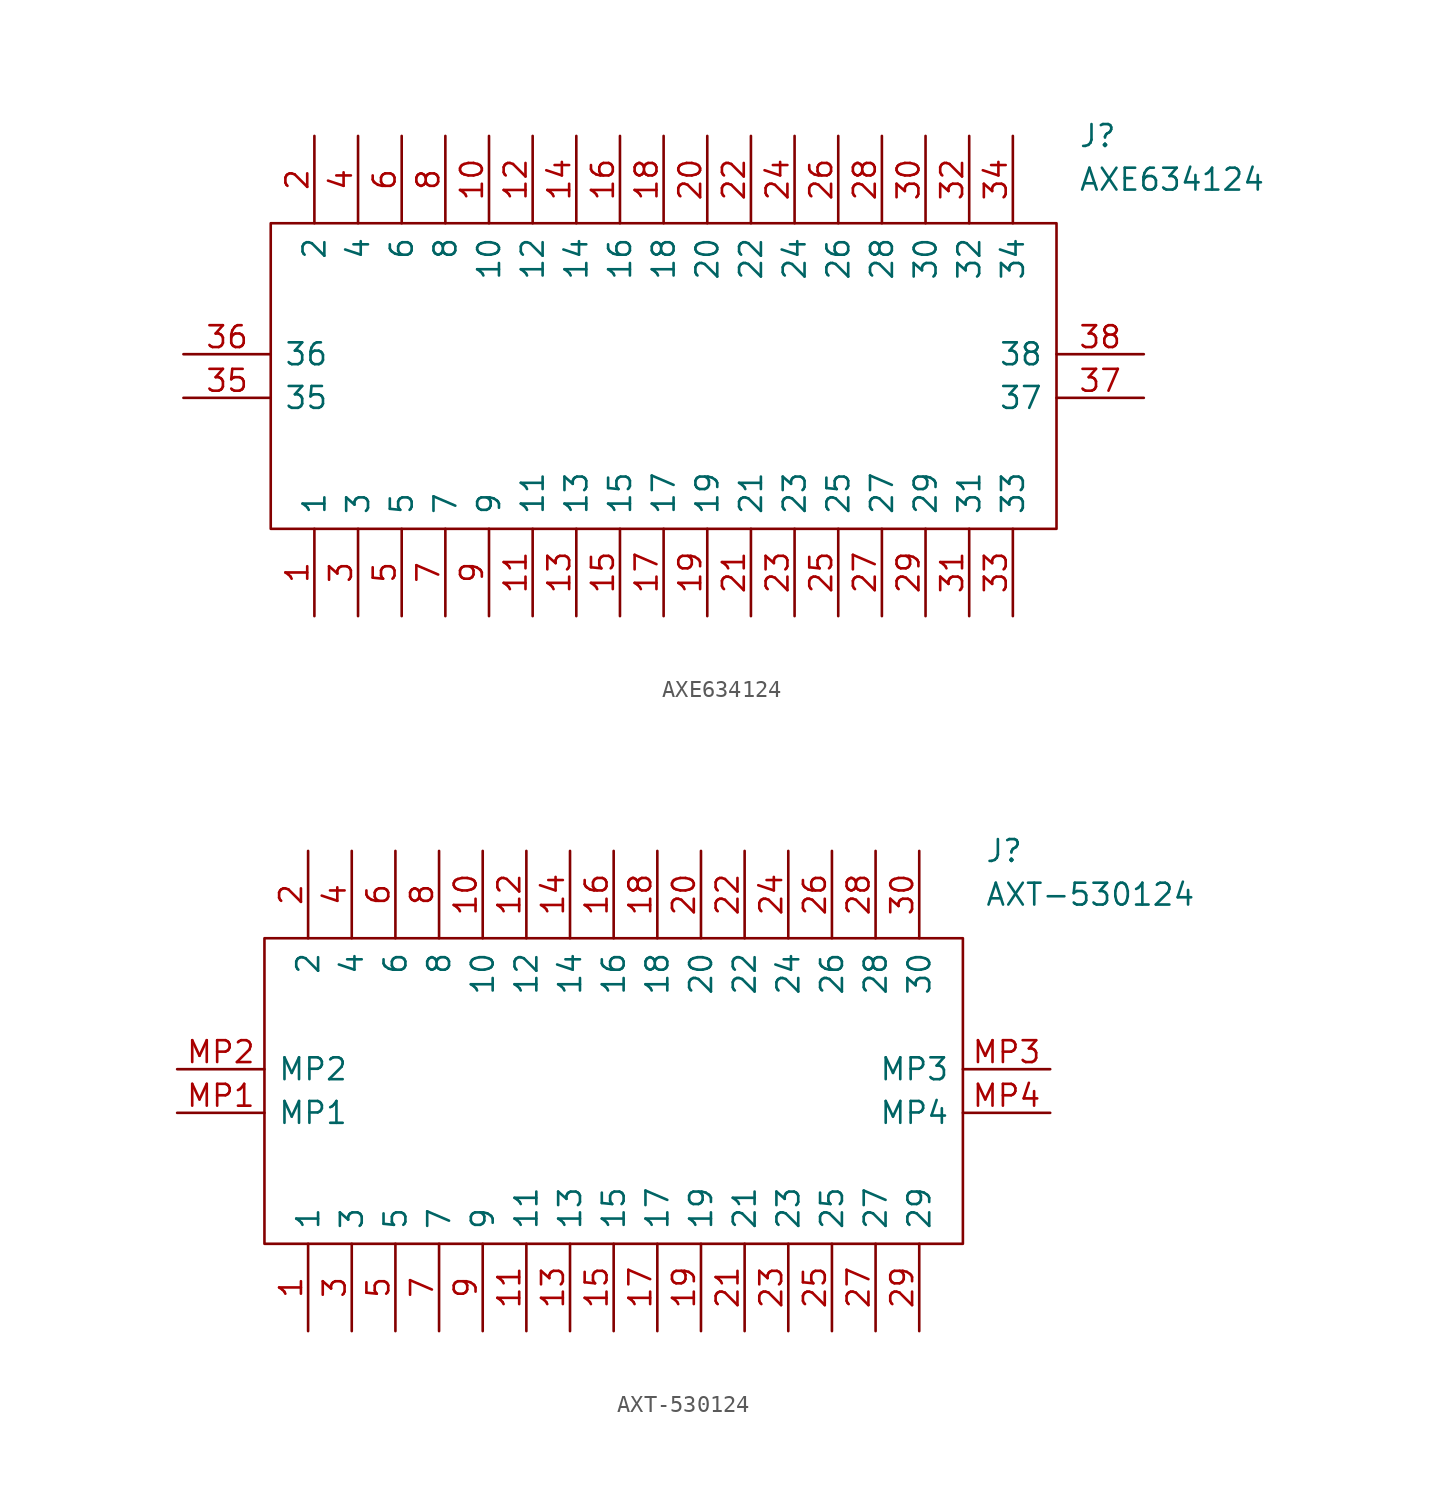
<source format=kicad_sym>
(kicad_symbol_lib
  (version 20220914)
  (generator kicad_symbol_editor)
  (symbol "AXE634124"
    (pin_names
      (offset 0.762))
    (property "Reference" "J"
      (at 52.07 12.7 0)
      (effects (font (size 1.27 1.27)) (justify left)))
    (property "Value" "AXE634124"
      (at 52.07 10.16 0)
      (effects (font (size 1.27 1.27)) (justify left)))
    (symbol "AXE634124_0_0"
      (pin passive line (at 7.62 -15.24 90) (length 5.08) (name "1" (effects (font (size 1.27 1.27)))) (number "1" (effects (font (size 1.27 1.27)))))
      (pin passive line (at 17.78 12.7 270) (length 5.08) (name "10" (effects (font (size 1.27 1.27)))) (number "10" (effects (font (size 1.27 1.27)))))
      (pin passive line (at 20.32 -15.24 90) (length 5.08) (name "11" (effects (font (size 1.27 1.27)))) (number "11" (effects (font (size 1.27 1.27)))))
      (pin passive line (at 20.32 12.7 270) (length 5.08) (name "12" (effects (font (size 1.27 1.27)))) (number "12" (effects (font (size 1.27 1.27)))))
      (pin passive line (at 22.86 -15.24 90) (length 5.08) (name "13" (effects (font (size 1.27 1.27)))) (number "13" (effects (font (size 1.27 1.27)))))
      (pin passive line (at 22.86 12.7 270) (length 5.08) (name "14" (effects (font (size 1.27 1.27)))) (number "14" (effects (font (size 1.27 1.27)))))
      (pin passive line (at 25.4 -15.24 90) (length 5.08) (name "15" (effects (font (size 1.27 1.27)))) (number "15" (effects (font (size 1.27 1.27)))))
      (pin passive line (at 25.4 12.7 270) (length 5.08) (name "16" (effects (font (size 1.27 1.27)))) (number "16" (effects (font (size 1.27 1.27)))))
      (pin passive line (at 27.94 -15.24 90) (length 5.08) (name "17" (effects (font (size 1.27 1.27)))) (number "17" (effects (font (size 1.27 1.27)))))
      (pin passive line (at 27.94 12.7 270) (length 5.08) (name "18" (effects (font (size 1.27 1.27)))) (number "18" (effects (font (size 1.27 1.27)))))
      (pin passive line (at 30.48 -15.24 90) (length 5.08) (name "19" (effects (font (size 1.27 1.27)))) (number "19" (effects (font (size 1.27 1.27)))))
      (pin passive line (at 7.62 12.7 270) (length 5.08) (name "2" (effects (font (size 1.27 1.27)))) (number "2" (effects (font (size 1.27 1.27)))))
      (pin passive line (at 30.48 12.7 270) (length 5.08) (name "20" (effects (font (size 1.27 1.27)))) (number "20" (effects (font (size 1.27 1.27)))))
      (pin passive line (at 33.02 -15.24 90) (length 5.08) (name "21" (effects (font (size 1.27 1.27)))) (number "21" (effects (font (size 1.27 1.27)))))
      (pin passive line (at 33.02 12.7 270) (length 5.08) (name "22" (effects (font (size 1.27 1.27)))) (number "22" (effects (font (size 1.27 1.27)))))
      (pin passive line (at 35.56 -15.24 90) (length 5.08) (name "23" (effects (font (size 1.27 1.27)))) (number "23" (effects (font (size 1.27 1.27)))))
      (pin passive line (at 35.56 12.7 270) (length 5.08) (name "24" (effects (font (size 1.27 1.27)))) (number "24" (effects (font (size 1.27 1.27)))))
      (pin passive line (at 38.1 -15.24 90) (length 5.08) (name "25" (effects (font (size 1.27 1.27)))) (number "25" (effects (font (size 1.27 1.27)))))
      (pin passive line (at 38.1 12.7 270) (length 5.08) (name "26" (effects (font (size 1.27 1.27)))) (number "26" (effects (font (size 1.27 1.27)))))
      (pin passive line (at 40.64 -15.24 90) (length 5.08) (name "27" (effects (font (size 1.27 1.27)))) (number "27" (effects (font (size 1.27 1.27)))))
      (pin passive line (at 40.64 12.7 270) (length 5.08) (name "28" (effects (font (size 1.27 1.27)))) (number "28" (effects (font (size 1.27 1.27)))))
      (pin passive line (at 43.18 -15.24 90) (length 5.08) (name "29" (effects (font (size 1.27 1.27)))) (number "29" (effects (font (size 1.27 1.27)))))
      (pin passive line (at 10.16 -15.24 90) (length 5.08) (name "3" (effects (font (size 1.27 1.27)))) (number "3" (effects (font (size 1.27 1.27)))))
      (pin passive line (at 43.18 12.7 270) (length 5.08) (name "30" (effects (font (size 1.27 1.27)))) (number "30" (effects (font (size 1.27 1.27)))))
      (pin passive line (at 45.72 -15.24 90) (length 5.08) (name "31" (effects (font (size 1.27 1.27)))) (number "31" (effects (font (size 1.27 1.27)))))
      (pin passive line (at 45.72 12.7 270) (length 5.08) (name "32" (effects (font (size 1.27 1.27)))) (number "32" (effects (font (size 1.27 1.27)))))
      (pin passive line (at 48.26 -15.24 90) (length 5.08) (name "33" (effects (font (size 1.27 1.27)))) (number "33" (effects (font (size 1.27 1.27)))))
      (pin passive line (at 48.26 12.7 270) (length 5.08) (name "34" (effects (font (size 1.27 1.27)))) (number "34" (effects (font (size 1.27 1.27)))))
      (pin passive line (at 0 -2.54 0) (length 5.08) (name "35" (effects (font (size 1.27 1.27)))) (number "35" (effects (font (size 1.27 1.27)))))
      (pin passive line (at 0 0 0) (length 5.08) (name "36" (effects (font (size 1.27 1.27)))) (number "36" (effects (font (size 1.27 1.27)))))
      (pin passive line (at 55.88 -2.54 180) (length 5.08) (name "37" (effects (font (size 1.27 1.27)))) (number "37" (effects (font (size 1.27 1.27)))))
      (pin passive line (at 55.88 0 180) (length 5.08) (name "38" (effects (font (size 1.27 1.27)))) (number "38" (effects (font (size 1.27 1.27)))))
      (pin passive line (at 10.16 12.7 270) (length 5.08) (name "4" (effects (font (size 1.27 1.27)))) (number "4" (effects (font (size 1.27 1.27)))))
      (pin passive line (at 12.7 -15.24 90) (length 5.08) (name "5" (effects (font (size 1.27 1.27)))) (number "5" (effects (font (size 1.27 1.27)))))
      (pin passive line (at 12.7 12.7 270) (length 5.08) (name "6" (effects (font (size 1.27 1.27)))) (number "6" (effects (font (size 1.27 1.27)))))
      (pin passive line (at 15.24 -15.24 90) (length 5.08) (name "7" (effects (font (size 1.27 1.27)))) (number "7" (effects (font (size 1.27 1.27)))))
      (pin passive line (at 15.24 12.7 270) (length 5.08) (name "8" (effects (font (size 1.27 1.27)))) (number "8" (effects (font (size 1.27 1.27)))))
      (pin passive line (at 17.78 -15.24 90) (length 5.08) (name "9" (effects (font (size 1.27 1.27)))) (number "9" (effects (font (size 1.27 1.27))))))
    (symbol "AXE634124_0_1"
      (polyline (pts (xy 5.08 7.62) (xy 50.8 7.62) (xy 50.8 -10.16) (xy 5.08 -10.16) (xy 5.08 7.62)) (stroke (width 0.152) (type default)) (fill (type none)))))
  (symbol "AXT-530124"
    (pin_names
      (offset 0.762))
    (property "Reference" "J"
      (at 46.99 12.7 0)
      (effects (font (size 1.27 1.27)) (justify left)))
    (property "Value" "AXT-530124"
      (at 46.99 10.16 0)
      (effects (font (size 1.27 1.27)) (justify left)))
    (symbol "AXT-530124_0_0"
      (pin passive line (at 7.62 -15.24 90) (length 5.08) (name "1" (effects (font (size 1.27 1.27)))) (number "1" (effects (font (size 1.27 1.27)))))
      (pin passive line (at 17.78 12.7 270) (length 5.08) (name "10" (effects (font (size 1.27 1.27)))) (number "10" (effects (font (size 1.27 1.27)))))
      (pin passive line (at 20.32 -15.24 90) (length 5.08) (name "11" (effects (font (size 1.27 1.27)))) (number "11" (effects (font (size 1.27 1.27)))))
      (pin passive line (at 20.32 12.7 270) (length 5.08) (name "12" (effects (font (size 1.27 1.27)))) (number "12" (effects (font (size 1.27 1.27)))))
      (pin passive line (at 22.86 -15.24 90) (length 5.08) (name "13" (effects (font (size 1.27 1.27)))) (number "13" (effects (font (size 1.27 1.27)))))
      (pin passive line (at 22.86 12.7 270) (length 5.08) (name "14" (effects (font (size 1.27 1.27)))) (number "14" (effects (font (size 1.27 1.27)))))
      (pin passive line (at 25.4 -15.24 90) (length 5.08) (name "15" (effects (font (size 1.27 1.27)))) (number "15" (effects (font (size 1.27 1.27)))))
      (pin passive line (at 25.4 12.7 270) (length 5.08) (name "16" (effects (font (size 1.27 1.27)))) (number "16" (effects (font (size 1.27 1.27)))))
      (pin passive line (at 27.94 -15.24 90) (length 5.08) (name "17" (effects (font (size 1.27 1.27)))) (number "17" (effects (font (size 1.27 1.27)))))
      (pin passive line (at 27.94 12.7 270) (length 5.08) (name "18" (effects (font (size 1.27 1.27)))) (number "18" (effects (font (size 1.27 1.27)))))
      (pin passive line (at 30.48 -15.24 90) (length 5.08) (name "19" (effects (font (size 1.27 1.27)))) (number "19" (effects (font (size 1.27 1.27)))))
      (pin passive line (at 7.62 12.7 270) (length 5.08) (name "2" (effects (font (size 1.27 1.27)))) (number "2" (effects (font (size 1.27 1.27)))))
      (pin passive line (at 30.48 12.7 270) (length 5.08) (name "20" (effects (font (size 1.27 1.27)))) (number "20" (effects (font (size 1.27 1.27)))))
      (pin passive line (at 33.02 -15.24 90) (length 5.08) (name "21" (effects (font (size 1.27 1.27)))) (number "21" (effects (font (size 1.27 1.27)))))
      (pin passive line (at 33.02 12.7 270) (length 5.08) (name "22" (effects (font (size 1.27 1.27)))) (number "22" (effects (font (size 1.27 1.27)))))
      (pin passive line (at 35.56 -15.24 90) (length 5.08) (name "23" (effects (font (size 1.27 1.27)))) (number "23" (effects (font (size 1.27 1.27)))))
      (pin passive line (at 35.56 12.7 270) (length 5.08) (name "24" (effects (font (size 1.27 1.27)))) (number "24" (effects (font (size 1.27 1.27)))))
      (pin passive line (at 38.1 -15.24 90) (length 5.08) (name "25" (effects (font (size 1.27 1.27)))) (number "25" (effects (font (size 1.27 1.27)))))
      (pin passive line (at 38.1 12.7 270) (length 5.08) (name "26" (effects (font (size 1.27 1.27)))) (number "26" (effects (font (size 1.27 1.27)))))
      (pin passive line (at 40.64 -15.24 90) (length 5.08) (name "27" (effects (font (size 1.27 1.27)))) (number "27" (effects (font (size 1.27 1.27)))))
      (pin passive line (at 40.64 12.7 270) (length 5.08) (name "28" (effects (font (size 1.27 1.27)))) (number "28" (effects (font (size 1.27 1.27)))))
      (pin passive line (at 43.18 -15.24 90) (length 5.08) (name "29" (effects (font (size 1.27 1.27)))) (number "29" (effects (font (size 1.27 1.27)))))
      (pin passive line (at 10.16 -15.24 90) (length 5.08) (name "3" (effects (font (size 1.27 1.27)))) (number "3" (effects (font (size 1.27 1.27)))))
      (pin passive line (at 43.18 12.7 270) (length 5.08) (name "30" (effects (font (size 1.27 1.27)))) (number "30" (effects (font (size 1.27 1.27)))))
      (pin passive line (at 10.16 12.7 270) (length 5.08) (name "4" (effects (font (size 1.27 1.27)))) (number "4" (effects (font (size 1.27 1.27)))))
      (pin passive line (at 12.7 -15.24 90) (length 5.08) (name "5" (effects (font (size 1.27 1.27)))) (number "5" (effects (font (size 1.27 1.27)))))
      (pin passive line (at 12.7 12.7 270) (length 5.08) (name "6" (effects (font (size 1.27 1.27)))) (number "6" (effects (font (size 1.27 1.27)))))
      (pin passive line (at 15.24 -15.24 90) (length 5.08) (name "7" (effects (font (size 1.27 1.27)))) (number "7" (effects (font (size 1.27 1.27)))))
      (pin passive line (at 15.24 12.7 270) (length 5.08) (name "8" (effects (font (size 1.27 1.27)))) (number "8" (effects (font (size 1.27 1.27)))))
      (pin passive line (at 17.78 -15.24 90) (length 5.08) (name "9" (effects (font (size 1.27 1.27)))) (number "9" (effects (font (size 1.27 1.27)))))
      (pin passive line (at 0 -2.54 0) (length 5.08) (name "MP1" (effects (font (size 1.27 1.27)))) (number "MP1" (effects (font (size 1.27 1.27)))))
      (pin passive line (at 0 0 0) (length 5.08) (name "MP2" (effects (font (size 1.27 1.27)))) (number "MP2" (effects (font (size 1.27 1.27)))))
      (pin passive line (at 50.8 0 180) (length 5.08) (name "MP3" (effects (font (size 1.27 1.27)))) (number "MP3" (effects (font (size 1.27 1.27)))))
      (pin passive line (at 50.8 -2.54 180) (length 5.08) (name "MP4" (effects (font (size 1.27 1.27)))) (number "MP4" (effects (font (size 1.27 1.27))))))
    (symbol "AXT-530124_0_1"
      (polyline (pts (xy 5.08 7.62) (xy 45.72 7.62) (xy 45.72 -10.16) (xy 5.08 -10.16) (xy 5.08 7.62)) (stroke (width 0.152) (type default)) (fill (type none))))))
</source>
